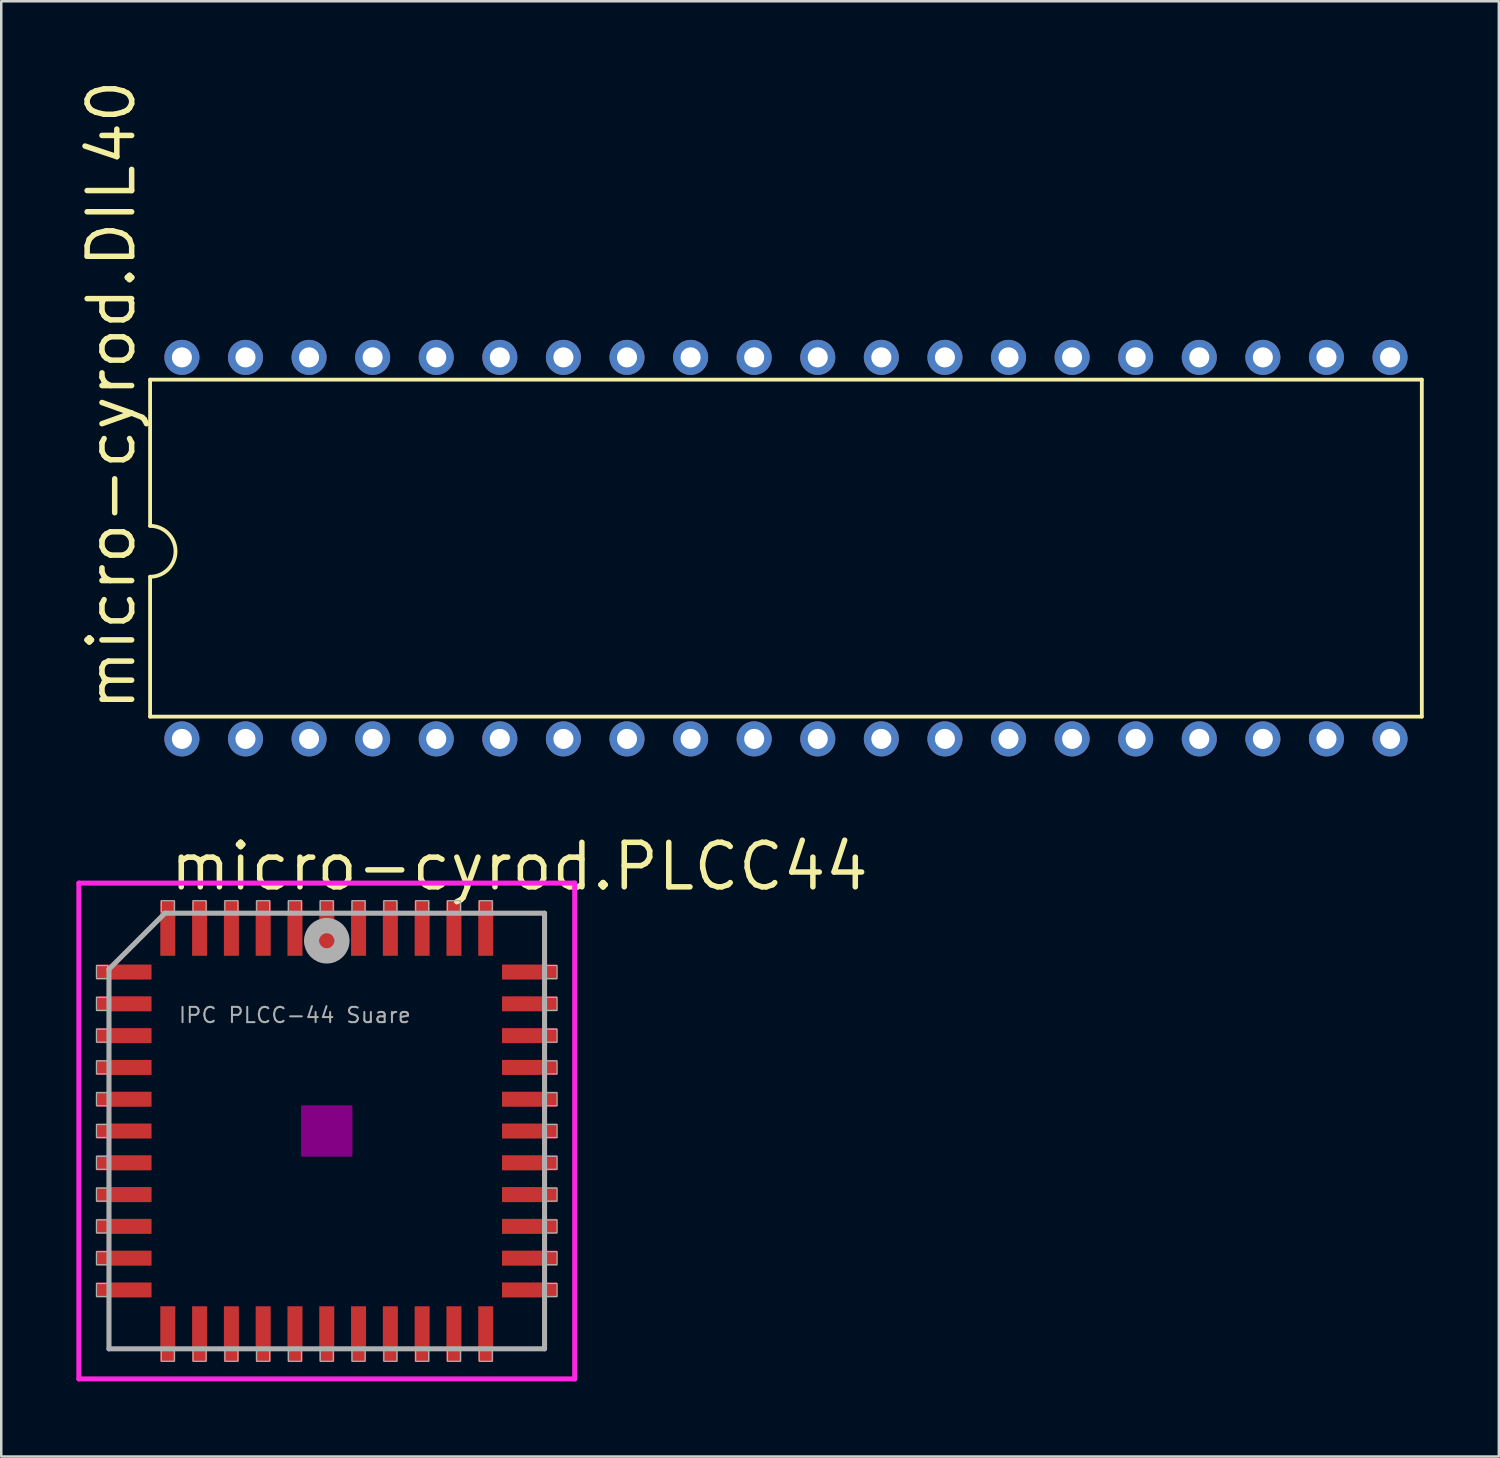
<source format=kicad_pcb>
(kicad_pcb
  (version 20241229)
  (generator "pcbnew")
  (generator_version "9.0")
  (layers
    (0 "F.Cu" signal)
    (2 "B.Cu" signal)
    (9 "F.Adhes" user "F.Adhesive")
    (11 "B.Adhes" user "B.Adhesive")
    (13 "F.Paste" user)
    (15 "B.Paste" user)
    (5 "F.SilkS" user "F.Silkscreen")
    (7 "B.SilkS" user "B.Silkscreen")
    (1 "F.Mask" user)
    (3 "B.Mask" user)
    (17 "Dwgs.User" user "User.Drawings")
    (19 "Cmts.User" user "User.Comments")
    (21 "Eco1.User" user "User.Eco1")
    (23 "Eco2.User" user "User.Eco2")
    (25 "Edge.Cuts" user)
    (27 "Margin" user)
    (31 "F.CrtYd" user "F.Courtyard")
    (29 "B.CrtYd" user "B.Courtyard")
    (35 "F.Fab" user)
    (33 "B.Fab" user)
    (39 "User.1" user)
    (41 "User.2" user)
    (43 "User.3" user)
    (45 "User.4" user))
  (footprint "micro-cyrod.DIL40"
    (layer "F.Cu")
    (at 28.346 18.846)
    (property "Reference" "micro-cyrod.DIL40" (at -25.908 6.604 90) (layer "F.SilkS") (effects (font (size 1.778 1.778) (thickness 0.22)) (justify left bottom)))
    (attr through_hole)
    (fp_line (start -25.4 -6.731) (end -25.4 -0.889) (stroke (width 0.152) (type default)) (layer "F.SilkS"))
    (fp_line (start -25.4 6.731) (end -25.4 1.143) (stroke (width 0.152) (type default)) (layer "F.SilkS"))
    (fp_line (start -25.4 6.731) (end 25.4 6.731) (stroke (width 0.152) (type default)) (layer "F.SilkS"))
    (fp_line (start 25.4 -6.731) (end -25.4 -6.731) (stroke (width 0.152) (type default)) (layer "F.SilkS"))
    (fp_line (start 25.4 -6.731) (end 25.4 6.731) (stroke (width 0.152) (type default)) (layer "F.SilkS"))
    (fp_arc (start -25.4 -0.889) (mid -24.384 0.127) (end -25.4 1.143) (stroke (width 0.1524) (type default)) (layer "F.SilkS"))
    (pad "1" thru_hole circle (at -24.13 7.62 90) (size 1.4 1.4) (drill 0.8) (layers "*.Cu" "*.Mask"))
    (pad "2" thru_hole circle (at -21.59 7.62 90) (size 1.4 1.4) (drill 0.8) (layers "*.Cu" "*.Mask"))
    (pad "3" thru_hole circle (at -19.05 7.62 90) (size 1.4 1.4) (drill 0.8) (layers "*.Cu" "*.Mask"))
    (pad "4" thru_hole circle (at -16.51 7.62 90) (size 1.4 1.4) (drill 0.8) (layers "*.Cu" "*.Mask"))
    (pad "5" thru_hole circle (at -13.97 7.62 90) (size 1.4 1.4) (drill 0.8) (layers "*.Cu" "*.Mask"))
    (pad "6" thru_hole circle (at -11.43 7.62 90) (size 1.4 1.4) (drill 0.8) (layers "*.Cu" "*.Mask"))
    (pad "7" thru_hole circle (at -8.89 7.62 90) (size 1.4 1.4) (drill 0.8) (layers "*.Cu" "*.Mask"))
    (pad "8" thru_hole circle (at -6.35 7.62 90) (size 1.4 1.4) (drill 0.8) (layers "*.Cu" "*.Mask"))
    (pad "9" thru_hole circle (at -3.81 7.62 90) (size 1.4 1.4) (drill 0.8) (layers "*.Cu" "*.Mask"))
    (pad "10" thru_hole circle (at -1.27 7.62 90) (size 1.4 1.4) (drill 0.8) (layers "*.Cu" "*.Mask"))
    (pad "11" thru_hole circle (at 1.27 7.62 90) (size 1.4 1.4) (drill 0.8) (layers "*.Cu" "*.Mask"))
    (pad "12" thru_hole circle (at 3.81 7.62 90) (size 1.4 1.4) (drill 0.8) (layers "*.Cu" "*.Mask"))
    (pad "13" thru_hole circle (at 6.35 7.62 90) (size 1.4 1.4) (drill 0.8) (layers "*.Cu" "*.Mask"))
    (pad "14" thru_hole circle (at 8.89 7.62 90) (size 1.4 1.4) (drill 0.8) (layers "*.Cu" "*.Mask"))
    (pad "15" thru_hole circle (at 11.43 7.62 90) (size 1.4 1.4) (drill 0.8) (layers "*.Cu" "*.Mask"))
    (pad "16" thru_hole circle (at 13.97 7.62 90) (size 1.4 1.4) (drill 0.8) (layers "*.Cu" "*.Mask"))
    (pad "17" thru_hole circle (at 16.51 7.62 90) (size 1.4 1.4) (drill 0.8) (layers "*.Cu" "*.Mask"))
    (pad "18" thru_hole circle (at 19.05 7.62 90) (size 1.4 1.4) (drill 0.8) (layers "*.Cu" "*.Mask"))
    (pad "19" thru_hole circle (at 21.59 7.62 90) (size 1.4 1.4) (drill 0.8) (layers "*.Cu" "*.Mask"))
    (pad "20" thru_hole circle (at 24.13 7.62 90) (size 1.4 1.4) (drill 0.8) (layers "*.Cu" "*.Mask"))
    (pad "21" thru_hole circle (at 24.13 -7.62 90) (size 1.4 1.4) (drill 0.8) (layers "*.Cu" "*.Mask"))
    (pad "22" thru_hole circle (at 21.59 -7.62 90) (size 1.4 1.4) (drill 0.8) (layers "*.Cu" "*.Mask"))
    (pad "23" thru_hole circle (at 19.05 -7.62 90) (size 1.4 1.4) (drill 0.8) (layers "*.Cu" "*.Mask"))
    (pad "24" thru_hole circle (at 16.51 -7.62 90) (size 1.4 1.4) (drill 0.8) (layers "*.Cu" "*.Mask"))
    (pad "25" thru_hole circle (at 13.97 -7.62 90) (size 1.4 1.4) (drill 0.8) (layers "*.Cu" "*.Mask"))
    (pad "26" thru_hole circle (at 11.43 -7.62 90) (size 1.4 1.4) (drill 0.8) (layers "*.Cu" "*.Mask"))
    (pad "27" thru_hole circle (at 8.89 -7.62 90) (size 1.4 1.4) (drill 0.8) (layers "*.Cu" "*.Mask"))
    (pad "28" thru_hole circle (at 6.35 -7.62 90) (size 1.4 1.4) (drill 0.8) (layers "*.Cu" "*.Mask"))
    (pad "29" thru_hole circle (at 3.81 -7.62 90) (size 1.4 1.4) (drill 0.8) (layers "*.Cu" "*.Mask"))
    (pad "30" thru_hole circle (at 1.27 -7.62 90) (size 1.4 1.4) (drill 0.8) (layers "*.Cu" "*.Mask"))
    (pad "31" thru_hole circle (at -1.27 -7.62 90) (size 1.4 1.4) (drill 0.8) (layers "*.Cu" "*.Mask"))
    (pad "32" thru_hole circle (at -3.81 -7.62 90) (size 1.4 1.4) (drill 0.8) (layers "*.Cu" "*.Mask"))
    (pad "33" thru_hole circle (at -6.35 -7.62 90) (size 1.4 1.4) (drill 0.8) (layers "*.Cu" "*.Mask"))
    (pad "34" thru_hole circle (at -8.89 -7.62 90) (size 1.4 1.4) (drill 0.8) (layers "*.Cu" "*.Mask"))
    (pad "35" thru_hole circle (at -11.43 -7.62 90) (size 1.4 1.4) (drill 0.8) (layers "*.Cu" "*.Mask"))
    (pad "36" thru_hole circle (at -13.97 -7.62 90) (size 1.4 1.4) (drill 0.8) (layers "*.Cu" "*.Mask"))
    (pad "37" thru_hole circle (at -16.51 -7.62 90) (size 1.4 1.4) (drill 0.8) (layers "*.Cu" "*.Mask"))
    (pad "38" thru_hole circle (at -19.05 -7.62 90) (size 1.4 1.4) (drill 0.8) (layers "*.Cu" "*.Mask"))
    (pad "39" thru_hole circle (at -21.59 -7.62 90) (size 1.4 1.4) (drill 0.8) (layers "*.Cu" "*.Mask"))
    (pad "40" thru_hole circle (at -24.13 -7.62 90) (size 1.4 1.4) (drill 0.8) (layers "*.Cu" "*.Mask")))
  (footprint "micro-cyrod.PLCC44"
    (layer "F.Cu")
    (at 10.003 42.129)
    (property "Reference" "micro-cyrod.PLCC44" (at -6.38 -9.525 0) (layer "F.SilkS") (effects (font (size 1.778 1.778) (thickness 0.22)) (justify left bottom)))
    (attr smd)
    (fp_rect (start -1 1) (end 1 -1) (stroke (width 0.05) (type default)) (fill yes) (layer "F.Adhes"))
    (fp_line (start -9.903 -9.903) (end 9.903 -9.903) (stroke (width 0.2) (type default)) (layer "F.CrtYd"))
    (fp_line (start -9.903 9.903) (end -9.903 -9.903) (stroke (width 0.2) (type default)) (layer "F.CrtYd"))
    (fp_line (start 9.903 -9.903) (end 9.903 9.903) (stroke (width 0.2) (type default)) (layer "F.CrtYd"))
    (fp_line (start 9.903 9.903) (end -9.903 9.903) (stroke (width 0.2) (type default)) (layer "F.CrtYd"))
    (fp_line (start -8.7 -6.465) (end -8.7 8.7) (stroke (width 0.203) (type default)) (layer "F.Fab"))
    (fp_line (start -8.7 8.7) (end 8.7 8.7) (stroke (width 0.203) (type default)) (layer "F.Fab"))
    (fp_line (start -6.465 -8.7) (end -8.7 -6.465) (stroke (width 0.203) (type default)) (layer "F.Fab"))
    (fp_line (start 8.7 -8.7) (end -6.465 -8.7) (stroke (width 0.203) (type default)) (layer "F.Fab"))
    (fp_line (start 8.7 8.7) (end 8.7 -8.7) (stroke (width 0.203) (type default)) (layer "F.Fab"))
    (fp_rect (start -9.2 -6.09) (end -8.75 -6.61) (stroke (width 0.05) (type default)) (fill no) (layer "F.Fab"))
    (fp_rect (start -9.2 -4.82) (end -8.75 -5.34) (stroke (width 0.05) (type default)) (fill no) (layer "F.Fab"))
    (fp_rect (start -9.2 -3.55) (end -8.75 -4.07) (stroke (width 0.05) (type default)) (fill no) (layer "F.Fab"))
    (fp_rect (start -9.2 -2.28) (end -8.75 -2.8) (stroke (width 0.05) (type default)) (fill no) (layer "F.Fab"))
    (fp_rect (start -9.2 -1.01) (end -8.75 -1.53) (stroke (width 0.05) (type default)) (fill no) (layer "F.Fab"))
    (fp_rect (start -9.2 0.26) (end -8.75 -0.26) (stroke (width 0.05) (type default)) (fill no) (layer "F.Fab"))
    (fp_rect (start -9.2 1.53) (end -8.75 1.01) (stroke (width 0.05) (type default)) (fill no) (layer "F.Fab"))
    (fp_rect (start -9.2 2.8) (end -8.75 2.28) (stroke (width 0.05) (type default)) (fill no) (layer "F.Fab"))
    (fp_rect (start -9.2 4.07) (end -8.75 3.55) (stroke (width 0.05) (type default)) (fill no) (layer "F.Fab"))
    (fp_rect (start -9.2 5.34) (end -8.75 4.82) (stroke (width 0.05) (type default)) (fill no) (layer "F.Fab"))
    (fp_rect (start -9.2 6.61) (end -8.75 6.09) (stroke (width 0.05) (type default)) (fill no) (layer "F.Fab"))
    (fp_rect (start -6.61 -8.75) (end -6.09 -9.2) (stroke (width 0.05) (type default)) (fill no) (layer "F.Fab"))
    (fp_rect (start -6.61 9.2) (end -6.09 8.75) (stroke (width 0.05) (type default)) (fill no) (layer "F.Fab"))
    (fp_rect (start -5.34 -8.75) (end -4.82 -9.2) (stroke (width 0.05) (type default)) (fill no) (layer "F.Fab"))
    (fp_rect (start -5.34 9.2) (end -4.82 8.75) (stroke (width 0.05) (type default)) (fill no) (layer "F.Fab"))
    (fp_rect (start -4.07 -8.75) (end -3.55 -9.2) (stroke (width 0.05) (type default)) (fill no) (layer "F.Fab"))
    (fp_rect (start -4.07 9.2) (end -3.55 8.75) (stroke (width 0.05) (type default)) (fill no) (layer "F.Fab"))
    (fp_rect (start -2.8 -8.75) (end -2.28 -9.2) (stroke (width 0.05) (type default)) (fill no) (layer "F.Fab"))
    (fp_rect (start -2.8 9.2) (end -2.28 8.75) (stroke (width 0.05) (type default)) (fill no) (layer "F.Fab"))
    (fp_rect (start -1.53 -8.75) (end -1.01 -9.2) (stroke (width 0.05) (type default)) (fill no) (layer "F.Fab"))
    (fp_rect (start -1.53 9.2) (end -1.01 8.75) (stroke (width 0.05) (type default)) (fill no) (layer "F.Fab"))
    (fp_rect (start -0.26 -8.75) (end 0.26 -9.2) (stroke (width 0.05) (type default)) (fill no) (layer "F.Fab"))
    (fp_rect (start -0.26 9.2) (end 0.26 8.75) (stroke (width 0.05) (type default)) (fill no) (layer "F.Fab"))
    (fp_rect (start 1.01 -8.75) (end 1.53 -9.2) (stroke (width 0.05) (type default)) (fill no) (layer "F.Fab"))
    (fp_rect (start 1.01 9.2) (end 1.53 8.75) (stroke (width 0.05) (type default)) (fill no) (layer "F.Fab"))
    (fp_rect (start 2.28 -8.75) (end 2.8 -9.2) (stroke (width 0.05) (type default)) (fill no) (layer "F.Fab"))
    (fp_rect (start 2.28 9.2) (end 2.8 8.75) (stroke (width 0.05) (type default)) (fill no) (layer "F.Fab"))
    (fp_rect (start 3.55 -8.75) (end 4.07 -9.2) (stroke (width 0.05) (type default)) (fill no) (layer "F.Fab"))
    (fp_rect (start 3.55 9.2) (end 4.07 8.75) (stroke (width 0.05) (type default)) (fill no) (layer "F.Fab"))
    (fp_rect (start 4.82 -8.75) (end 5.34 -9.2) (stroke (width 0.05) (type default)) (fill no) (layer "F.Fab"))
    (fp_rect (start 4.82 9.2) (end 5.34 8.75) (stroke (width 0.05) (type default)) (fill no) (layer "F.Fab"))
    (fp_rect (start 6.09 -8.75) (end 6.61 -9.2) (stroke (width 0.05) (type default)) (fill no) (layer "F.Fab"))
    (fp_rect (start 6.09 9.2) (end 6.61 8.75) (stroke (width 0.05) (type default)) (fill no) (layer "F.Fab"))
    (fp_rect (start 8.75 -6.09) (end 9.2 -6.61) (stroke (width 0.05) (type default)) (fill no) (layer "F.Fab"))
    (fp_rect (start 8.75 -4.82) (end 9.2 -5.34) (stroke (width 0.05) (type default)) (fill no) (layer "F.Fab"))
    (fp_rect (start 8.75 -3.55) (end 9.2 -4.07) (stroke (width 0.05) (type default)) (fill no) (layer "F.Fab"))
    (fp_rect (start 8.75 -2.28) (end 9.2 -2.8) (stroke (width 0.05) (type default)) (fill no) (layer "F.Fab"))
    (fp_rect (start 8.75 -1.01) (end 9.2 -1.53) (stroke (width 0.05) (type default)) (fill no) (layer "F.Fab"))
    (fp_rect (start 8.75 0.26) (end 9.2 -0.26) (stroke (width 0.05) (type default)) (fill no) (layer "F.Fab"))
    (fp_rect (start 8.75 1.53) (end 9.2 1.01) (stroke (width 0.05) (type default)) (fill no) (layer "F.Fab"))
    (fp_rect (start 8.75 2.8) (end 9.2 2.28) (stroke (width 0.05) (type default)) (fill no) (layer "F.Fab"))
    (fp_rect (start 8.75 4.07) (end 9.2 3.55) (stroke (width 0.05) (type default)) (fill no) (layer "F.Fab"))
    (fp_rect (start 8.75 5.34) (end 9.2 4.82) (stroke (width 0.05) (type default)) (fill no) (layer "F.Fab"))
    (fp_rect (start 8.75 6.61) (end 9.2 6.09) (stroke (width 0.05) (type default)) (fill no) (layer "F.Fab"))
    (fp_circle (center 0 -7.6) (end 0.3 -7.6) (stroke (width 0.61) (type default)) (fill no) (layer "F.Fab"))
    (fp_text user "IPC PLCC-44 Suare" (at -5.96 -4.27 0) (layer "F.Fab") (effects (font (size 0.61 0.61) (thickness 0.08)) (justify left bottom)))
    (pad "1" smd roundrect (at 0 -8.1) (size 0.6 2.2) (layers "F.Cu" "F.Mask" "F.Paste") (roundrect_rratio 0.01))
    (pad "2" smd roundrect (at -1.27 -8.1) (size 0.6 2.2) (layers "F.Cu" "F.Mask" "F.Paste") (roundrect_rratio 0.01))
    (pad "3" smd roundrect (at -2.54 -8.1) (size 0.6 2.2) (layers "F.Cu" "F.Mask" "F.Paste") (roundrect_rratio 0.01))
    (pad "4" smd roundrect (at -3.81 -8.1) (size 0.6 2.2) (layers "F.Cu" "F.Mask" "F.Paste") (roundrect_rratio 0.01))
    (pad "5" smd roundrect (at -5.08 -8.1) (size 0.6 2.2) (layers "F.Cu" "F.Mask" "F.Paste") (roundrect_rratio 0.01))
    (pad "6" smd roundrect (at -6.35 -8.1) (size 0.6 2.2) (layers "F.Cu" "F.Mask" "F.Paste") (roundrect_rratio 0.01))
    (pad "7" smd roundrect (at -8.1 -6.35) (size 2.2 0.6) (layers "F.Cu" "F.Mask" "F.Paste") (roundrect_rratio 0.01))
    (pad "8" smd roundrect (at -8.1 -5.08) (size 2.2 0.6) (layers "F.Cu" "F.Mask" "F.Paste") (roundrect_rratio 0.01))
    (pad "9" smd roundrect (at -8.1 -3.81) (size 2.2 0.6) (layers "F.Cu" "F.Mask" "F.Paste") (roundrect_rratio 0.01))
    (pad "10" smd roundrect (at -8.1 -2.54) (size 2.2 0.6) (layers "F.Cu" "F.Mask" "F.Paste") (roundrect_rratio 0.01))
    (pad "11" smd roundrect (at -8.1 -1.27) (size 2.2 0.6) (layers "F.Cu" "F.Mask" "F.Paste") (roundrect_rratio 0.01))
    (pad "12" smd roundrect (at -8.1 0) (size 2.2 0.6) (layers "F.Cu" "F.Mask" "F.Paste") (roundrect_rratio 0.01))
    (pad "13" smd roundrect (at -8.1 1.27) (size 2.2 0.6) (layers "F.Cu" "F.Mask" "F.Paste") (roundrect_rratio 0.01))
    (pad "14" smd roundrect (at -8.1 2.54) (size 2.2 0.6) (layers "F.Cu" "F.Mask" "F.Paste") (roundrect_rratio 0.01))
    (pad "15" smd roundrect (at -8.1 3.81) (size 2.2 0.6) (layers "F.Cu" "F.Mask" "F.Paste") (roundrect_rratio 0.01))
    (pad "16" smd roundrect (at -8.1 5.08) (size 2.2 0.6) (layers "F.Cu" "F.Mask" "F.Paste") (roundrect_rratio 0.01))
    (pad "17" smd roundrect (at -8.1 6.35) (size 2.2 0.6) (layers "F.Cu" "F.Mask" "F.Paste") (roundrect_rratio 0.01))
    (pad "18" smd roundrect (at -6.35 8.1) (size 0.6 2.2) (layers "F.Cu" "F.Mask" "F.Paste") (roundrect_rratio 0.01))
    (pad "19" smd roundrect (at -5.08 8.1) (size 0.6 2.2) (layers "F.Cu" "F.Mask" "F.Paste") (roundrect_rratio 0.01))
    (pad "20" smd roundrect (at -3.81 8.1) (size 0.6 2.2) (layers "F.Cu" "F.Mask" "F.Paste") (roundrect_rratio 0.01))
    (pad "21" smd roundrect (at -2.54 8.1) (size 0.6 2.2) (layers "F.Cu" "F.Mask" "F.Paste") (roundrect_rratio 0.01))
    (pad "22" smd roundrect (at -1.27 8.1) (size 0.6 2.2) (layers "F.Cu" "F.Mask" "F.Paste") (roundrect_rratio 0.01))
    (pad "23" smd roundrect (at 0 8.1) (size 0.6 2.2) (layers "F.Cu" "F.Mask" "F.Paste") (roundrect_rratio 0.01))
    (pad "24" smd roundrect (at 1.27 8.1) (size 0.6 2.2) (layers "F.Cu" "F.Mask" "F.Paste") (roundrect_rratio 0.01))
    (pad "25" smd roundrect (at 2.54 8.1) (size 0.6 2.2) (layers "F.Cu" "F.Mask" "F.Paste") (roundrect_rratio 0.01))
    (pad "26" smd roundrect (at 3.81 8.1) (size 0.6 2.2) (layers "F.Cu" "F.Mask" "F.Paste") (roundrect_rratio 0.01))
    (pad "27" smd roundrect (at 5.08 8.1) (size 0.6 2.2) (layers "F.Cu" "F.Mask" "F.Paste") (roundrect_rratio 0.01))
    (pad "28" smd roundrect (at 6.35 8.1) (size 0.6 2.2) (layers "F.Cu" "F.Mask" "F.Paste") (roundrect_rratio 0.01))
    (pad "29" smd roundrect (at 8.1 6.35) (size 2.2 0.6) (layers "F.Cu" "F.Mask" "F.Paste") (roundrect_rratio 0.01))
    (pad "30" smd roundrect (at 8.1 5.08) (size 2.2 0.6) (layers "F.Cu" "F.Mask" "F.Paste") (roundrect_rratio 0.01))
    (pad "31" smd roundrect (at 8.1 3.81) (size 2.2 0.6) (layers "F.Cu" "F.Mask" "F.Paste") (roundrect_rratio 0.01))
    (pad "32" smd roundrect (at 8.1 2.54) (size 2.2 0.6) (layers "F.Cu" "F.Mask" "F.Paste") (roundrect_rratio 0.01))
    (pad "33" smd roundrect (at 8.1 1.27) (size 2.2 0.6) (layers "F.Cu" "F.Mask" "F.Paste") (roundrect_rratio 0.01))
    (pad "34" smd roundrect (at 8.1 0) (size 2.2 0.6) (layers "F.Cu" "F.Mask" "F.Paste") (roundrect_rratio 0.01))
    (pad "35" smd roundrect (at 8.1 -1.27) (size 2.2 0.6) (layers "F.Cu" "F.Mask" "F.Paste") (roundrect_rratio 0.01))
    (pad "36" smd roundrect (at 8.1 -2.54) (size 2.2 0.6) (layers "F.Cu" "F.Mask" "F.Paste") (roundrect_rratio 0.01))
    (pad "37" smd roundrect (at 8.1 -3.81) (size 2.2 0.6) (layers "F.Cu" "F.Mask" "F.Paste") (roundrect_rratio 0.01))
    (pad "38" smd roundrect (at 8.1 -5.08) (size 2.2 0.6) (layers "F.Cu" "F.Mask" "F.Paste") (roundrect_rratio 0.01))
    (pad "39" smd roundrect (at 8.1 -6.35) (size 2.2 0.6) (layers "F.Cu" "F.Mask" "F.Paste") (roundrect_rratio 0.01))
    (pad "40" smd roundrect (at 6.35 -8.1) (size 0.6 2.2) (layers "F.Cu" "F.Mask" "F.Paste") (roundrect_rratio 0.01))
    (pad "41" smd roundrect (at 5.08 -8.1) (size 0.6 2.2) (layers "F.Cu" "F.Mask" "F.Paste") (roundrect_rratio 0.01))
    (pad "42" smd roundrect (at 3.81 -8.1) (size 0.6 2.2) (layers "F.Cu" "F.Mask" "F.Paste") (roundrect_rratio 0.01))
    (pad "43" smd roundrect (at 2.54 -8.1) (size 0.6 2.2) (layers "F.Cu" "F.Mask" "F.Paste") (roundrect_rratio 0.01))
    (pad "44" smd roundrect (at 1.27 -8.1) (size 0.6 2.2) (layers "F.Cu" "F.Mask" "F.Paste") (roundrect_rratio 0.01)))
  (gr_rect
    (start -3 -3)
    (end 56.822 55.132)
    (stroke (width 0.1) (type default))
    (fill no)
    (layer "Edge.Cuts")))
</source>
